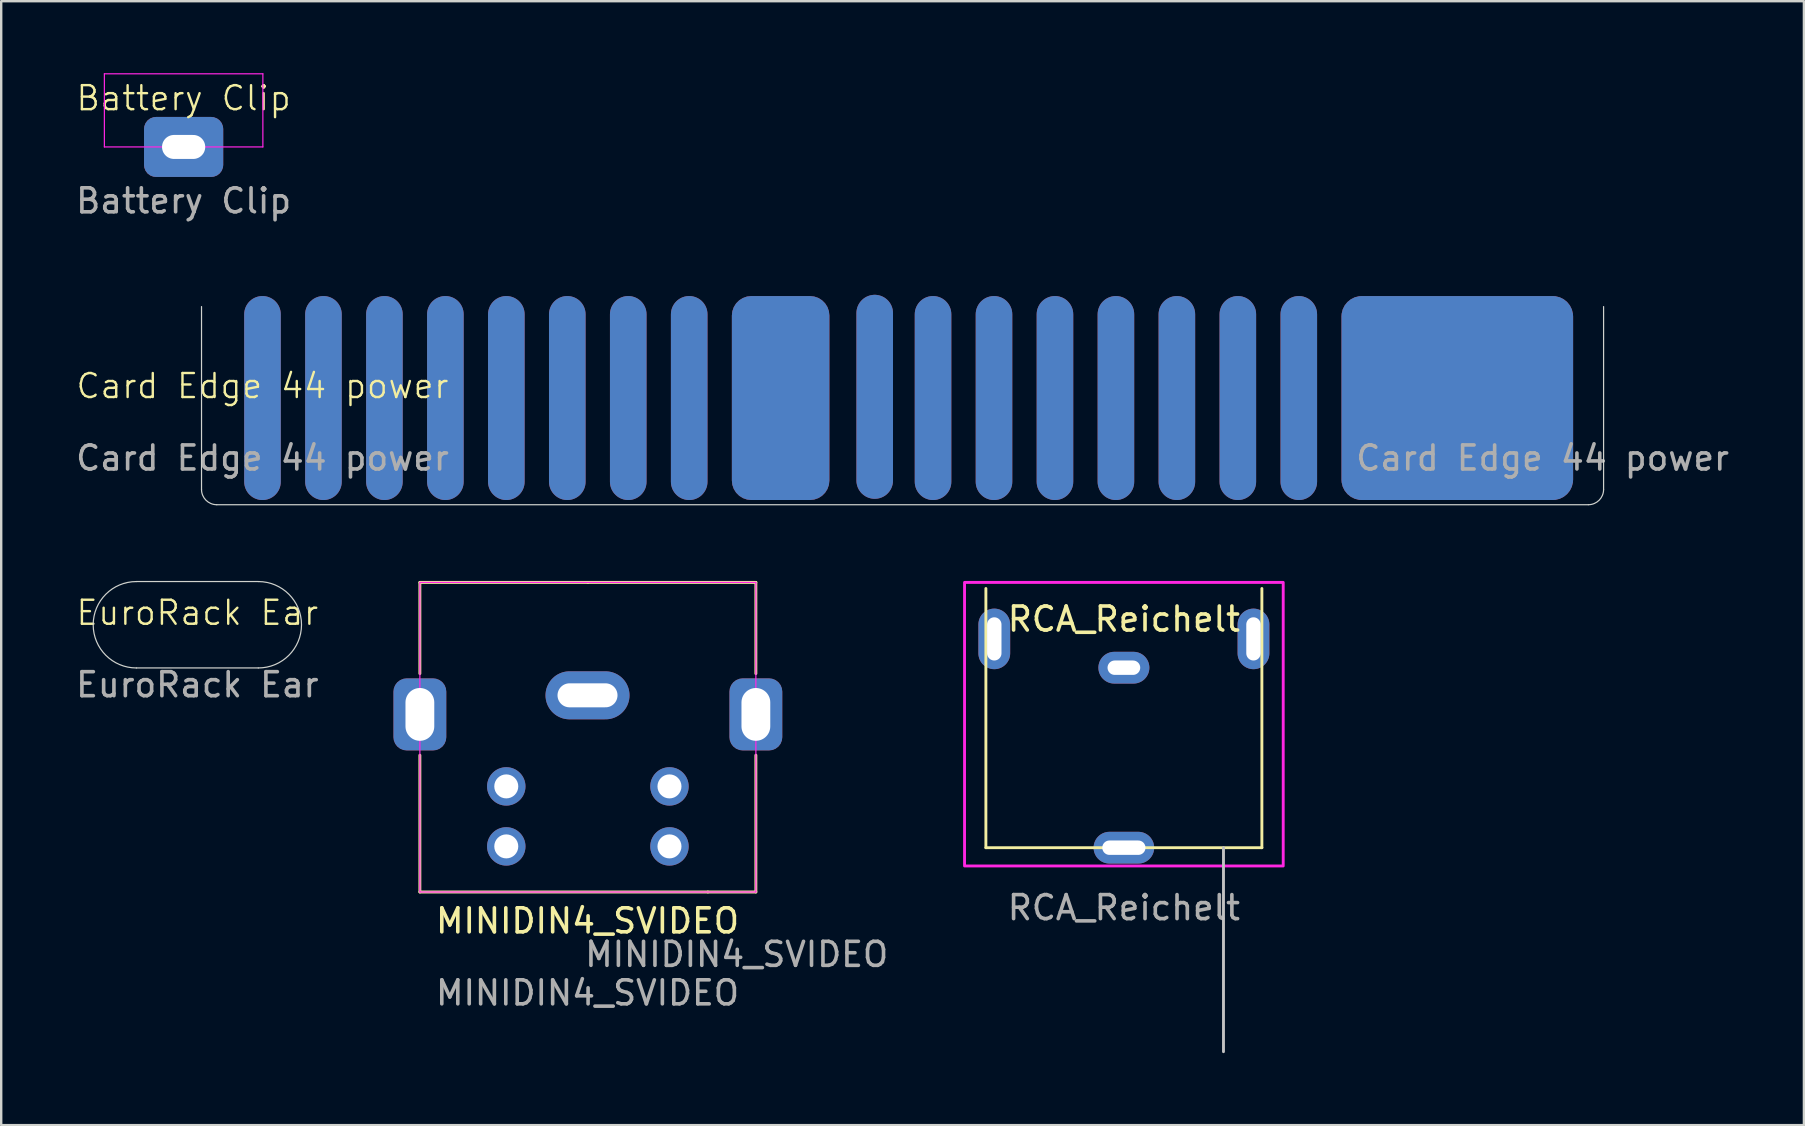
<source format=kicad_pcb>
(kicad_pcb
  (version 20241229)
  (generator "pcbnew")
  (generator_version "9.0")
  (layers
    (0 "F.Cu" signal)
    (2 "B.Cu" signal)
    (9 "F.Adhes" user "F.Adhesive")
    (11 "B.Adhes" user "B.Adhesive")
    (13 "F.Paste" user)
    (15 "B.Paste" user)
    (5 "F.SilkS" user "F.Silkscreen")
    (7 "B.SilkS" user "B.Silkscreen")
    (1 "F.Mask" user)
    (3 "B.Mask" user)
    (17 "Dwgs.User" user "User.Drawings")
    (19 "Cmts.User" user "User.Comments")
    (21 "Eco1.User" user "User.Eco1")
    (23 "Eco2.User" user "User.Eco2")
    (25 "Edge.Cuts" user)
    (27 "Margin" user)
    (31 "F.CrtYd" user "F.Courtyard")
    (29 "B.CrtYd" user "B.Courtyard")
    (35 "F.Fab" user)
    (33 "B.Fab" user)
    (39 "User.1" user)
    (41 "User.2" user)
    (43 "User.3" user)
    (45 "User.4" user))
  (footprint "MINIDIN4_SVIDEO"
    (layer "F.Cu")
    (at 21.43 35.822)
    (property "Reference" "MINIDIN4_SVIDEO" (at 0 -0.5 0) (unlocked yes) (layer "F.SilkS") (effects (font (size 1 1) (thickness 0.15))))
    (attr through_hole)
    (fp_line (start -6.985 -14.605) (end -6.985 -10.805) (stroke (width 0.12) (type solid)) (layer "F.SilkS"))
    (fp_line (start -6.985 -1.705) (end -6.985 -7.405) (stroke (width 0.12) (type solid)) (layer "F.SilkS"))
    (fp_line (start 0.015 -14.605) (end -6.985 -14.605) (stroke (width 0.12) (type solid)) (layer "F.SilkS"))
    (fp_line (start 0.015 -14.605) (end 7.015 -14.605) (stroke (width 0.12) (type solid)) (layer "F.SilkS"))
    (fp_line (start 5.015 -1.705) (end -6.985 -1.705) (stroke (width 0.12) (type solid)) (layer "F.SilkS"))
    (fp_line (start 5.015 -1.705) (end 7.015 -1.705) (stroke (width 0.12) (type solid)) (layer "F.SilkS"))
    (fp_line (start 7.015 -14.605) (end 7.015 -10.805) (stroke (width 0.12) (type solid)) (layer "F.SilkS"))
    (fp_line (start 7.015 -1.705) (end 7.015 -7.405) (stroke (width 0.12) (type solid)) (layer "F.SilkS"))
    (fp_line (start -6.985 -14.605) (end 7.015 -14.605) (stroke (width 0.05) (type solid)) (layer "F.CrtYd"))
    (fp_line (start -6.985 -1.705) (end -6.985 -14.605) (stroke (width 0.05) (type solid)) (layer "F.CrtYd"))
    (fp_line (start 7.015 -14.605) (end 7.015 -1.705) (stroke (width 0.05) (type solid)) (layer "F.CrtYd"))
    (fp_line (start 7.015 -1.705) (end -6.985 -1.705) (stroke (width 0.05) (type solid)) (layer "F.CrtYd"))
    (fp_line (start -6.985 -9.105) (end 6.985 -9.105) (stroke (width 0.12) (type solid)) (layer "User.1"))
    (fp_text user "${REFERENCE}" (at 6.215 0.895 0) (unlocked yes) (layer "F.Fab") (effects (font (size 1 1) (thickness 0.15))))
    (fp_text user "${REFERENCE}" (at 0 2.5 0) (unlocked yes) (layer "F.Fab") (effects (font (size 1 1) (thickness 0.15))))
    (pad "1" thru_hole circle (at -3.385 -6.105) (size 1.6 1.6) (drill oval 1) (layers "*.Cu" "*.Mask"))
    (pad "2" thru_hole circle (at 3.415 -6.105) (size 1.6 1.6) (drill oval 1) (layers "*.Cu" "*.Mask"))
    (pad "3" thru_hole circle (at -3.385 -3.605) (size 1.6 1.6) (drill oval 1) (layers "*.Cu" "*.Mask"))
    (pad "4" thru_hole circle (at 3.415 -3.605) (size 1.6 1.6) (drill oval 1) (layers "*.Cu" "*.Mask"))
    (pad "G" thru_hole roundrect (at -6.985 -9.105) (size 2.2 3) (drill oval 1.2 2.2) (layers "*.Cu" "*.Mask") (roundrect_rratio 0.25))
    (pad "G" thru_hole oval (at 0 -9.9) (size 3.5 2) (drill oval 2.5 1) (layers "*.Cu" "*.Mask"))
    (pad "G" thru_hole roundrect (at 7.015 -9.105) (size 2.2 3) (drill oval 1.2 2.2) (layers "*.Cu" "*.Mask") (roundrect_rratio 0.25)))
  (footprint "RCA_Reichelt"
    (layer "F.Cu")
    (at 43.779 32.271)
    (property "Reference" "RCA_Reichelt" (at 0 -9.525 0) (unlocked yes) (layer "F.SilkS") (effects (font (size 1 1) (thickness 0.15))))
    (attr through_hole)
    (fp_line (start -5.75 0) (end -5.75 -10.8) (stroke (width 0.12) (type solid)) (layer "F.SilkS"))
    (fp_line (start 0 0) (end -5.75 0) (stroke (width 0.12) (type solid)) (layer "F.SilkS"))
    (fp_line (start 5.75 0) (end 0 0) (stroke (width 0.12) (type solid)) (layer "F.SilkS"))
    (fp_line (start 5.75 0) (end 5.75 -10.8) (stroke (width 0.12) (type solid)) (layer "F.SilkS"))
    (fp_line (start 4.15 0) (end 4.15 8.5) (stroke (width 0.12) (type solid)) (layer "Dwgs.User"))
    (fp_line (start -4.15 0) (end -4.15 8.5) (stroke (width 0.12) (type solid)) (layer "Eco1.User"))
    (fp_line (start -4.15 8.5) (end 0 8.5) (stroke (width 0.12) (type solid)) (layer "Eco1.User"))
    (fp_line (start 0 8.5) (end 4.15 8.5) (stroke (width 0.12) (type solid)) (layer "Eco1.User"))
    (fp_rect (start -6.639 -11.054) (end 6.639 0.762) (stroke (width 0.12) (type solid)) (fill no) (layer "F.CrtYd"))
    (fp_text user "${REFERENCE}" (at 0 2.5 0) (unlocked yes) (layer "F.Fab") (effects (font (size 1 1) (thickness 0.15))))
    (pad "1" thru_hole oval (at 0 -7.5 90) (size 1.324 2.124) (drill oval 0.6 1.362) (layers "*.Cu" "*.Mask"))
    (pad "2" thru_hole oval (at -5.4 -8.7) (size 1.324 2.524) (drill oval 0.6 1.8) (layers "*.Cu" "*.Mask"))
    (pad "2" thru_hole oval (at 0 0 90) (size 1.324 2.524) (drill oval 0.6 1.8) (layers "*.Cu" "*.Mask"))
    (pad "2" thru_hole oval (at 5.4 -8.7) (size 1.324 2.524) (drill oval 0.6 1.8) (layers "*.Cu" "*.Mask")))
  (footprint "Card Edge 44 power"
    (layer "F.Cu")
    (at 7.887 13.535)
    (property "Reference" "Card Edge 44 power" (at 0 -0.5 0) (unlocked yes) (layer "F.SilkS") (effects (font (size 1 1) (thickness 0.1))))
    (attr through_hole)
    (fp_rect (start -2.54 -4.318) (end 55.88 4.572) (stroke (width 0.1) (type solid)) (fill yes) (layer "F.Mask"))
    (fp_rect (start -2.54 -4.318) (end 55.88 4.572) (stroke (width 0.1) (type solid)) (fill yes) (layer "B.Mask"))
    (fp_line (start -2.54 -3.81) (end -2.54 3.81) (stroke (width 0.05) (type default)) (layer "Edge.Cuts"))
    (fp_line (start -1.905 4.445) (end 55.245 4.445) (stroke (width 0.05) (type default)) (layer "Edge.Cuts"))
    (fp_line (start 55.88 3.81) (end 55.88 -3.81) (stroke (width 0.05) (type default)) (layer "Edge.Cuts"))
    (fp_arc (start -1.905 4.445) (mid -2.354013 4.259013) (end -2.54 3.81) (stroke (width 0.05) (type default)) (layer "Edge.Cuts"))
    (fp_arc (start 55.88 3.81) (mid 55.694013 4.259013) (end 55.245 4.445) (stroke (width 0.05) (type default)) (layer "Edge.Cuts"))
    (fp_text user "${REFERENCE}" (at 53.34 2.5 0) (unlocked yes) (layer "F.Fab") (effects (font (size 1 1) (thickness 0.15))))
    (fp_text user "${REFERENCE}" (at 0 2.5 0) (unlocked yes) (layer "F.Fab") (effects (font (size 1 1) (thickness 0.15))))
    (pad "1" connect oval (at 0 0) (size 1.524 8.5) (layers "F.Cu" "F.Mask"))
    (pad "2" connect oval (at 2.54 0) (size 1.524 8.5) (layers "F.Cu" "F.Mask"))
    (pad "3" connect oval (at 5.08 0) (size 1.524 8.5) (layers "F.Cu" "F.Mask"))
    (pad "4" connect oval (at 7.62 0) (size 1.524 8.5) (layers "F.Cu" "F.Mask"))
    (pad "5" connect oval (at 10.16 0) (size 1.524 8.5) (layers "F.Cu" "F.Mask"))
    (pad "6" connect oval (at 12.7 0) (size 1.524 8.5) (layers "F.Cu" "F.Mask"))
    (pad "7" connect oval (at 15.24 0) (size 1.524 8.5) (layers "F.Cu" "F.Mask"))
    (pad "8" connect oval (at 17.78 0) (size 1.524 8.5) (layers "F.Cu" "F.Mask"))
    (pad "9" connect roundrect (at 21.59 0) (size 4.064 8.5) (layers "F.Cu" "F.Mask") (roundrect_rratio 0.2) (chamfer_ratio 0.2) (chamfer))
    (pad "11" connect oval (at 25.51 -0.051) (size 1.524 8.5) (layers "F.Cu" "F.Mask"))
    (pad "12" connect oval (at 27.94 0) (size 1.524 8.5) (layers "F.Cu" "F.Mask"))
    (pad "13" connect oval (at 30.48 0) (size 1.524 8.5) (layers "F.Cu" "F.Mask"))
    (pad "14" connect oval (at 33.02 0) (size 1.524 8.5) (layers "F.Cu" "F.Mask"))
    (pad "15" connect oval (at 35.56 0) (size 1.524 8.5) (layers "F.Cu" "F.Mask"))
    (pad "16" connect oval (at 38.1 0) (size 1.524 8.5) (layers "F.Cu" "F.Mask"))
    (pad "17" connect oval (at 40.64 0) (size 1.524 8.5) (layers "F.Cu" "F.Mask"))
    (pad "18" connect oval (at 43.18 0) (size 1.524 8.5) (layers "F.Cu" "F.Mask"))
    (pad "19" connect roundrect (at 49.784 0) (size 9.652 8.5) (layers "F.Cu" "F.Mask") (roundrect_rratio 0.1) (chamfer_ratio 0.2) (chamfer))
    (pad "23" connect oval (at 0 0) (size 1.524 8.5) (layers "B.Cu" "B.Mask"))
    (pad "24" connect oval (at 2.54 0) (size 1.524 8.5) (layers "B.Cu" "B.Mask"))
    (pad "25" connect oval (at 5.08 0) (size 1.524 8.5) (layers "B.Cu" "B.Mask"))
    (pad "26" connect oval (at 7.62 0) (size 1.524 8.5) (layers "B.Cu" "B.Mask"))
    (pad "27" connect oval (at 10.16 0) (size 1.524 8.5) (layers "B.Cu" "B.Mask"))
    (pad "28" connect oval (at 12.7 0) (size 1.524 8.5) (layers "B.Cu" "B.Mask"))
    (pad "29" connect oval (at 15.24 0) (size 1.524 8.5) (layers "B.Cu" "B.Mask"))
    (pad "30" connect oval (at 17.78 0) (size 1.524 8.5) (layers "B.Cu" "B.Mask"))
    (pad "31" connect roundrect (at 21.59 0) (size 4.064 8.5) (layers "B.Cu" "B.Mask") (roundrect_rratio 0.2) (chamfer_ratio 0.2) (chamfer))
    (pad "33" connect oval (at 25.51 -0.051) (size 1.524 8.5) (layers "B.Cu" "B.Mask"))
    (pad "34" connect oval (at 27.94 0) (size 1.524 8.5) (layers "B.Cu" "B.Mask"))
    (pad "35" connect oval (at 30.48 0) (size 1.524 8.5) (layers "B.Cu" "B.Mask"))
    (pad "36" connect oval (at 33.02 0) (size 1.524 8.5) (layers "B.Cu" "B.Mask"))
    (pad "37" connect oval (at 35.56 0) (size 1.524 8.5) (layers "B.Cu" "B.Mask"))
    (pad "38" connect oval (at 38.1 0) (size 1.524 8.5) (layers "B.Cu" "B.Mask"))
    (pad "39" connect oval (at 40.64 0) (size 1.524 8.5) (layers "B.Cu" "B.Mask"))
    (pad "40" connect oval (at 43.18 0) (size 1.524 8.5) (layers "B.Cu" "B.Mask"))
    (pad "41" connect roundrect (at 49.784 0) (size 9.652 8.5) (layers "B.Cu" "B.Mask") (roundrect_rratio 0.1) (chamfer_ratio 0.2) (chamfer)))
  (footprint "Battery Clip"
    (layer "F.Cu")
    (at 4.601 2.819)
    (property "Reference" "Battery Clip" (at 0 -1.778 0) (unlocked yes) (layer "F.SilkS") (effects (font (size 1 1) (thickness 0.1))))
    (attr through_hole)
    (fp_line (start -3.302 -2.794) (end 3.302 -2.794) (stroke (width 0.05) (type default)) (layer "F.CrtYd"))
    (fp_line (start -3.302 0.254) (end -3.302 -2.794) (stroke (width 0.05) (type default)) (layer "F.CrtYd"))
    (fp_line (start 0 0.254) (end -3.302 0.254) (stroke (width 0.05) (type default)) (layer "F.CrtYd"))
    (fp_line (start 0 0.254) (end 3.302 0.254) (stroke (width 0.05) (type default)) (layer "F.CrtYd"))
    (fp_line (start 3.302 0.254) (end 3.302 -2.794) (stroke (width 0.05) (type default)) (layer "F.CrtYd"))
    (fp_text user "${REFERENCE}" (at 0 2.5 0) (unlocked yes) (layer "F.Fab") (effects (font (size 1 1) (thickness 0.15))))
    (pad "1" thru_hole roundrect (at 0 0.254) (size 3.3 2.5) (drill oval 1.8 1) (layers "*.Cu" "*.Mask") (roundrect_rratio 0.2) (chamfer_ratio 0.2) (chamfer)))
  (footprint "EuroRack Ear"
    (layer "F.Cu")
    (at 5.173 22.982)
    (property "Reference" "EuroRack Ear" (at 0 -0.5 0) (unlocked yes) (layer "F.SilkS") (effects (font (size 1 1) (thickness 0.1))))
    (attr through_hole)
    (fp_line (start -2.54 -1.8) (end 2.54 -1.8) (stroke (width 0.05) (type default)) (layer "Edge.Cuts"))
    (fp_line (start -2.54 1.8) (end 2.54 1.8) (stroke (width 0.05) (type default)) (layer "Edge.Cuts"))
    (fp_arc (start -2.54 1.8) (mid -4.34 0) (end -2.54 -1.8) (stroke (width 0.05) (type default)) (layer "Edge.Cuts"))
    (fp_arc (start 2.54 -1.8) (mid 4.34 0) (end 2.54 1.8) (stroke (width 0.05) (type default)) (layer "Edge.Cuts"))
    (fp_text user "${REFERENCE}" (at 0 2.5 0) (unlocked yes) (layer "F.Fab") (effects (font (size 1 1) (thickness 0.15)))))
  (gr_rect
    (start -3 -3)
    (end 72.114 43.831)
    (stroke (width 0.1) (type default))
    (fill no)
    (layer "Edge.Cuts")))
</source>
